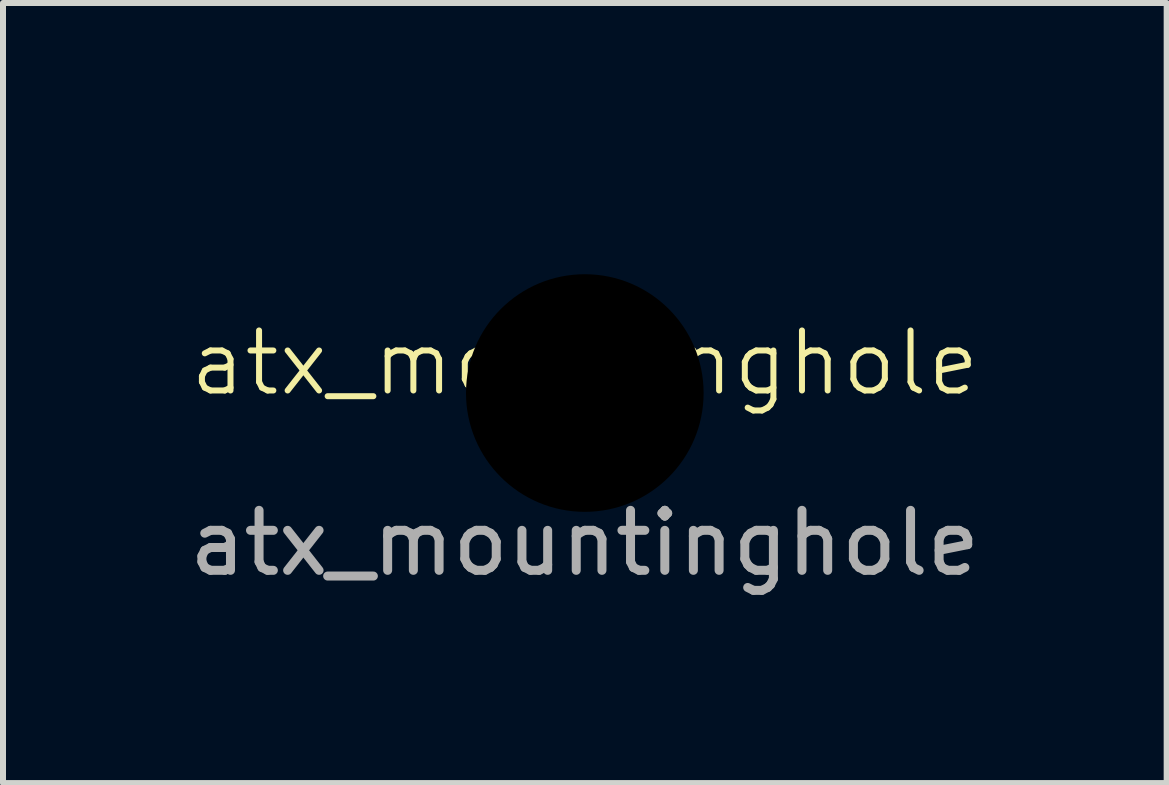
<source format=kicad_pcb>
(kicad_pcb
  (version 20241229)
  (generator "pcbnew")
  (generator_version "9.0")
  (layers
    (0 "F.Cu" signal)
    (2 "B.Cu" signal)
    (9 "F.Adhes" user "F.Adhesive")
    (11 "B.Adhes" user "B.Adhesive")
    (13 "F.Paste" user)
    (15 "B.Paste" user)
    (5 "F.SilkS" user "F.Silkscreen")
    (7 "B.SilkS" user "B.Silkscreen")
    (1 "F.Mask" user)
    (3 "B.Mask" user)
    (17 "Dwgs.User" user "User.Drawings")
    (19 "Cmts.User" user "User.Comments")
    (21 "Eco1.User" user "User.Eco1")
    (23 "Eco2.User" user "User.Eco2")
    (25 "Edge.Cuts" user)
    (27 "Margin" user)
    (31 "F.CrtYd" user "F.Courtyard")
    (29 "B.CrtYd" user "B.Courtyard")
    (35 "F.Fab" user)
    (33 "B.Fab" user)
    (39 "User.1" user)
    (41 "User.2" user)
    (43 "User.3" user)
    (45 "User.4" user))
  (footprint "atx_mountinghole"
    (layer "F.Cu")
    (at 6.696 3.5)
    (property "Reference" "atx_mountinghole" (at 0 -0.5 0) (unlocked yes) (layer "F.SilkS") (effects (font (size 1 1) (thickness 0.1))))
    (attr through_hole)
    (fp_text user "${REFERENCE}" (at 0 2.5 0) (unlocked yes) (layer "F.Fab") (effects (font (size 1 1) (thickness 0.15))))
    (pad "" np_thru_hole circle (at 0 0) (size 7 7) (drill 3.96) (layers "*.Mask")))
  (gr_rect
    (start -3 -3)
    (end 16.393 10)
    (stroke (width 0.1) (type default))
    (fill no)
    (layer "Edge.Cuts")))
</source>
